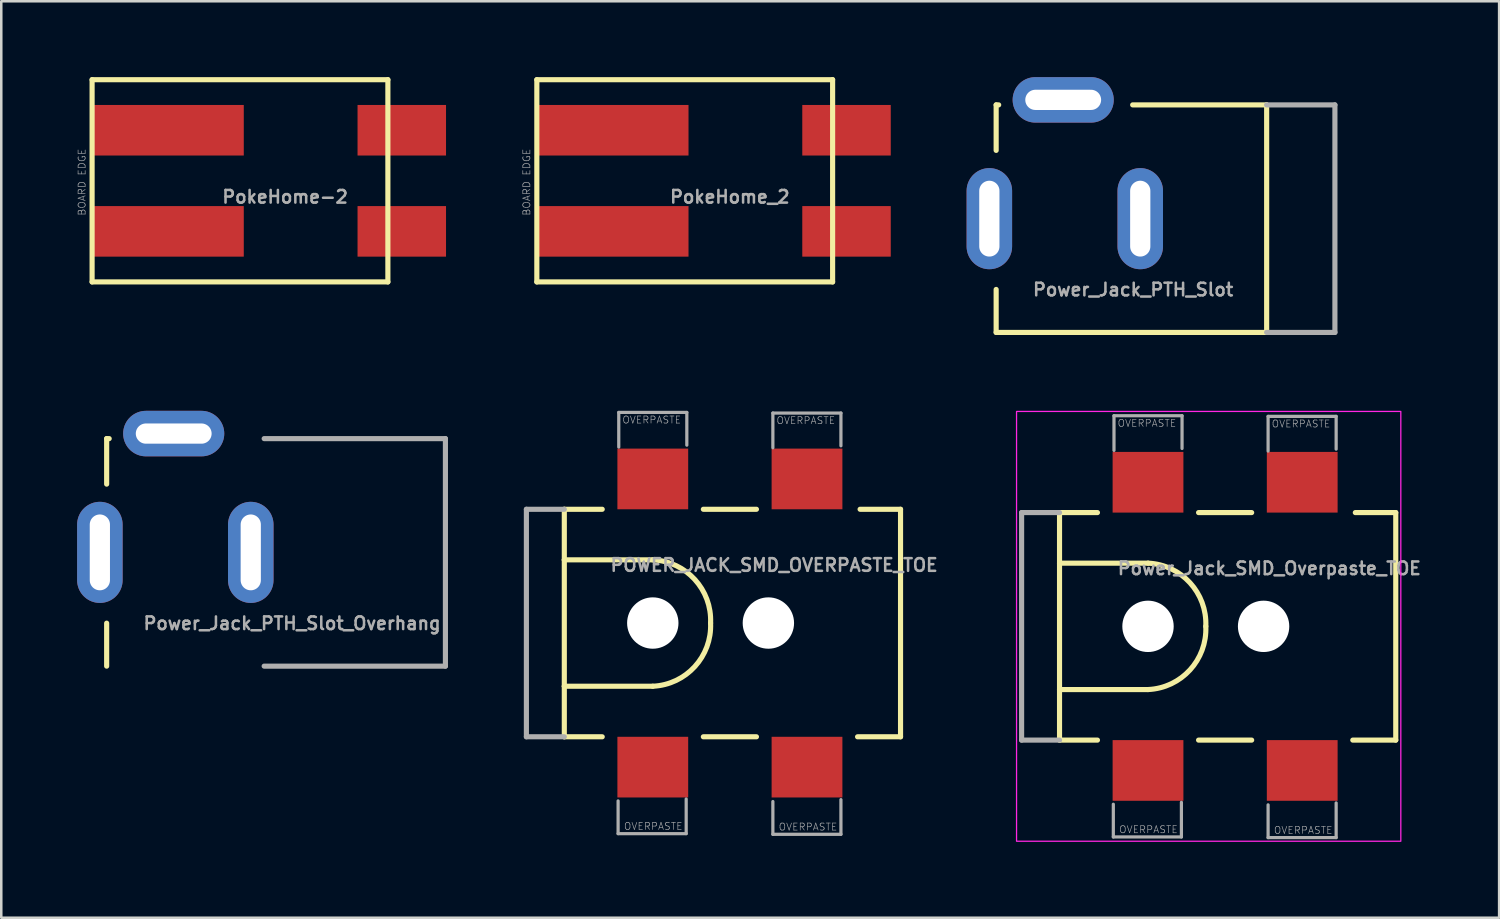
<source format=kicad_pcb>
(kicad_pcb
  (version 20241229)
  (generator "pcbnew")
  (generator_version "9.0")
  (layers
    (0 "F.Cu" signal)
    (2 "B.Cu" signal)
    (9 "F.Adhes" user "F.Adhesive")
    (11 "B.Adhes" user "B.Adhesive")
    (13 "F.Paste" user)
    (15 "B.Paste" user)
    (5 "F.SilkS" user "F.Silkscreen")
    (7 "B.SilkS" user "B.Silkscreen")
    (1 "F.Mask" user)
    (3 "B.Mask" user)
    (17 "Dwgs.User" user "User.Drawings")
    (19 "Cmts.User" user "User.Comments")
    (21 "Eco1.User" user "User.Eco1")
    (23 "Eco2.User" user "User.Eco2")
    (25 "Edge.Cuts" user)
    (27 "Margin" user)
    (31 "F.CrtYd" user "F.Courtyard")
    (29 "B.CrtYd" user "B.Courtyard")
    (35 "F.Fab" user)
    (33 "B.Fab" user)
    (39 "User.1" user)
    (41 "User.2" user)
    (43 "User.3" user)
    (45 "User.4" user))
  (footprint "POWER_JACK_SMD_OVERPASTE_TOE"
    (layer "F.Cu")
    (at 22.772 21.595)
    (property "Reference" "POWER_JACK_SMD_OVERPASTE_TOE" (at 4.8 -2 0) (layer "F.Fab") (effects (font (size 0.5 0.5) (thickness 0.1)) (justify bottom)))
    (fp_line (start -3.5 -4.5) (end -3.5 -2.5) (stroke (width 0.203) (type solid)) (layer "F.SilkS"))
    (fp_line (start -3.5 -4.5) (end -2 -4.5) (stroke (width 0.203) (type solid)) (layer "F.SilkS"))
    (fp_line (start -3.5 -2.5) (end -3.5 2.5) (stroke (width 0.203) (type solid)) (layer "F.SilkS"))
    (fp_line (start -3.5 -2.5) (end 0 -2.5) (stroke (width 0.203) (type solid)) (layer "F.SilkS"))
    (fp_line (start -3.5 2.5) (end -3.5 4.5) (stroke (width 0.203) (type solid)) (layer "F.SilkS"))
    (fp_line (start -2 4.5) (end -3.5 4.5) (stroke (width 0.203) (type solid)) (layer "F.SilkS"))
    (fp_line (start 0 2.5) (end -3.5 2.5) (stroke (width 0.203) (type solid)) (layer "F.SilkS"))
    (fp_line (start 2 -4.5) (end 4.1 -4.5) (stroke (width 0.203) (type solid)) (layer "F.SilkS"))
    (fp_line (start 4.1 4.5) (end 2 4.5) (stroke (width 0.203) (type solid)) (layer "F.SilkS"))
    (fp_line (start 8.2 -4.5) (end 9.8 -4.5) (stroke (width 0.203) (type solid)) (layer "F.SilkS"))
    (fp_line (start 9.8 -4.5) (end 9.8 4.5) (stroke (width 0.203) (type solid)) (layer "F.SilkS"))
    (fp_line (start 9.8 4.5) (end 8.1 4.5) (stroke (width 0.203) (type solid)) (layer "F.SilkS"))
    (fp_arc (start 0 -2.5) (mid 1.660767 -1.723446) (end 2.286 0) (stroke (width 0.2032) (type solid)) (layer "F.SilkS"))
    (fp_arc (start 2.286 0) (mid 1.660767 1.723446) (end 0 2.5) (stroke (width 0.2032) (type solid)) (layer "F.SilkS"))
    (fp_poly (pts (xy -1.4 8.382) (xy 1.4 8.382) (xy 1.4 6.896) (xy -1.4 6.896)) (stroke (width 0) (type default)) (fill yes) (layer "F.Paste"))
    (fp_poly (pts (xy 1.4 -8.382) (xy -1.4 -8.382) (xy -1.4 -6.896) (xy 1.4 -6.896)) (stroke (width 0) (type default)) (fill yes) (layer "F.Paste"))
    (fp_poly (pts (xy 4.702 8.385) (xy 7.501 8.385) (xy 7.501 6.899) (xy 4.702 6.899)) (stroke (width 0) (type default)) (fill yes) (layer "F.Paste"))
    (fp_poly (pts (xy 7.501 -8.382) (xy 4.702 -8.382) (xy 4.702 -6.896) (xy 7.501 -6.896)) (stroke (width 0) (type default)) (fill yes) (layer "F.Paste"))
    (fp_line (start -5 -4.5) (end -5 4.5) (stroke (width 0.203) (type solid)) (layer "F.Fab"))
    (fp_line (start -5 -4.5) (end -3.5 -4.5) (stroke (width 0.203) (type solid)) (layer "F.Fab"))
    (fp_line (start -3.5 4.5) (end -5 4.5) (stroke (width 0.203) (type solid)) (layer "F.Fab"))
    (fp_line (start -1.372 7.036) (end -1.372 8.331) (stroke (width 0.127) (type solid)) (layer "F.Fab"))
    (fp_line (start -1.372 8.331) (end 1.321 8.331) (stroke (width 0.127) (type solid)) (layer "F.Fab"))
    (fp_line (start -1.346 -8.331) (end -1.346 -6.96) (stroke (width 0.127) (type solid)) (layer "F.Fab"))
    (fp_line (start 1.321 8.331) (end 1.321 6.96) (stroke (width 0.127) (type solid)) (layer "F.Fab"))
    (fp_line (start 1.346 -8.331) (end -1.346 -8.331) (stroke (width 0.127) (type solid)) (layer "F.Fab"))
    (fp_line (start 1.346 -7.036) (end 1.346 -8.331) (stroke (width 0.127) (type solid)) (layer "F.Fab"))
    (fp_line (start 4.75 -8.306) (end 4.75 -6.934) (stroke (width 0.127) (type solid)) (layer "F.Fab"))
    (fp_line (start 4.75 7.061) (end 4.75 8.357) (stroke (width 0.127) (type solid)) (layer "F.Fab"))
    (fp_line (start 4.75 8.357) (end 7.442 8.357) (stroke (width 0.127) (type solid)) (layer "F.Fab"))
    (fp_line (start 7.442 -8.306) (end 4.75 -8.306) (stroke (width 0.127) (type solid)) (layer "F.Fab"))
    (fp_line (start 7.442 -7.01) (end 7.442 -8.306) (stroke (width 0.127) (type solid)) (layer "F.Fab"))
    (fp_line (start 7.442 8.357) (end 7.442 6.985) (stroke (width 0.127) (type solid)) (layer "F.Fab"))
    (fp_text user "OVERPASTE" (at -1.219 -7.874 0) (layer "F.Fab") (effects (font (size 0.28 0.28) (thickness 0.024)) (justify left bottom)))
    (fp_text user "OVERPASTE" (at 1.194 7.874 0) (layer "F.Fab") (effects (font (size 0.28 0.28) (thickness 0.024)) (justify right top)))
    (fp_text user "OVERPASTE" (at 4.877 -7.849 0) (layer "F.Fab") (effects (font (size 0.28 0.28) (thickness 0.024)) (justify left bottom)))
    (fp_text user "OVERPASTE" (at 7.315 7.899 0) (layer "F.Fab") (effects (font (size 0.28 0.28) (thickness 0.024)) (justify right top)))
    (pad "" np_thru_hole circle (at 0 0) (size 2.032 2.032) (drill 2.032) (layers "*.Cu" "*.Mask"))
    (pad "" np_thru_hole circle (at 4.572 0) (size 2.032 2.032) (drill 2.032) (layers "*.Cu" "*.Mask"))
    (pad "GND" smd rect (at 0 5.7) (size 2.8 2.4) (layers "F.Cu" "F.Mask" "F.Paste"))
    (pad "P$4" smd rect (at 6.1 5.7) (size 2.8 2.4) (layers "F.Cu" "F.Mask" "F.Paste"))
    (pad "VIN0" smd rect (at 0 -5.7) (size 2.8 2.4) (layers "F.Cu" "F.Mask" "F.Paste"))
    (pad "VIN1" smd rect (at 6.1 -5.7) (size 2.8 2.4) (layers "F.Cu" "F.Mask" "F.Paste")))
  (footprint "PokeHome-2"
    (layer "F.Cu")
    (at 7.593 4.102)
    (property "Reference" "PokeHome-2" (at 0.635 0.635 0) (layer "F.Fab") (effects (font (size 0.5 0.5) (thickness 0.1))))
    (attr smd)
    (fp_line (start -7 -4) (end 4.7 -4) (stroke (width 0.203) (type solid)) (layer "F.SilkS"))
    (fp_line (start -7 4) (end -7 -4) (stroke (width 0.203) (type solid)) (layer "F.SilkS"))
    (fp_line (start 4.7 -4) (end 4.7 4) (stroke (width 0.203) (type solid)) (layer "F.SilkS"))
    (fp_line (start 4.7 4) (end -7 4) (stroke (width 0.203) (type solid)) (layer "F.SilkS"))
    (fp_text user "BOARD EDGE" (at -7.239 1.397 90) (layer "F.Fab") (effects (font (size 0.28 0.28) (thickness 0.024)) (justify left bottom)))
    (pad "P1" smd rect (at 5.25 -2) (size 3.5 2) (layers "F.Cu" "F.Mask" "F.Paste"))
    (pad "P2" smd rect (at 5.25 2) (size 3.5 2) (layers "F.Cu" "F.Mask" "F.Paste"))
    (pad "P3" smd rect (at -4 -2) (size 6 2) (layers "F.Cu" "F.Mask" "F.Paste"))
    (pad "P4" smd rect (at -4 2) (size 6 2) (layers "F.Cu" "F.Mask" "F.Paste")))
  (footprint "PokeHome_2"
    (layer "F.Cu")
    (at 25.185 4.102)
    (property "Reference" "PokeHome_2" (at 0.635 0.635 0) (layer "F.Fab") (effects (font (size 0.5 0.5) (thickness 0.1))))
    (fp_line (start -7 -4) (end 4.7 -4) (stroke (width 0.203) (type solid)) (layer "F.SilkS"))
    (fp_line (start -7 4) (end -7 -4) (stroke (width 0.203) (type solid)) (layer "F.SilkS"))
    (fp_line (start 4.7 -4) (end 4.7 4) (stroke (width 0.203) (type solid)) (layer "F.SilkS"))
    (fp_line (start 4.7 4) (end -7 4) (stroke (width 0.203) (type solid)) (layer "F.SilkS"))
    (fp_text user "BOARD EDGE" (at -7.239 1.397 90) (layer "F.Fab") (effects (font (size 0.28 0.28) (thickness 0.024)) (justify left bottom)))
    (pad "P1" smd rect (at 5.25 -2) (size 3.5 2) (layers "F.Cu" "F.Mask" "F.Paste"))
    (pad "P2" smd rect (at 5.25 2) (size 3.5 2) (layers "F.Cu" "F.Mask" "F.Paste"))
    (pad "P3" smd rect (at -4 -2) (size 6 2) (layers "F.Cu" "F.Mask" "F.Paste"))
    (pad "P4" smd rect (at -4 2) (size 6 2) (layers "F.Cu" "F.Mask" "F.Paste")))
  (footprint "Power_Jack_SMD_Overpaste_TOE"
    (layer "F.Cu")
    (at 42.361 21.726)
    (property "Reference" "Power_Jack_SMD_Overpaste_TOE" (at 4.8 -2 0) (layer "F.Fab") (effects (font (size 0.5 0.5) (thickness 0.1)) (justify bottom)))
    (attr smd)
    (fp_line (start -3.5 -4.5) (end -3.5 -2.5) (stroke (width 0.203) (type solid)) (layer "F.SilkS"))
    (fp_line (start -3.5 -4.5) (end -2 -4.5) (stroke (width 0.203) (type solid)) (layer "F.SilkS"))
    (fp_line (start -3.5 -2.5) (end -3.5 2.5) (stroke (width 0.203) (type solid)) (layer "F.SilkS"))
    (fp_line (start -3.5 -2.5) (end 0 -2.5) (stroke (width 0.203) (type solid)) (layer "F.SilkS"))
    (fp_line (start -3.5 2.5) (end -3.5 4.5) (stroke (width 0.203) (type solid)) (layer "F.SilkS"))
    (fp_line (start -2 4.5) (end -3.5 4.5) (stroke (width 0.203) (type solid)) (layer "F.SilkS"))
    (fp_line (start 0 2.5) (end -3.5 2.5) (stroke (width 0.203) (type solid)) (layer "F.SilkS"))
    (fp_line (start 2 -4.5) (end 4.1 -4.5) (stroke (width 0.203) (type solid)) (layer "F.SilkS"))
    (fp_line (start 4.1 4.5) (end 2 4.5) (stroke (width 0.203) (type solid)) (layer "F.SilkS"))
    (fp_line (start 8.2 -4.5) (end 9.8 -4.5) (stroke (width 0.203) (type solid)) (layer "F.SilkS"))
    (fp_line (start 9.8 -4.5) (end 9.8 4.5) (stroke (width 0.203) (type solid)) (layer "F.SilkS"))
    (fp_line (start 9.8 4.5) (end 8.1 4.5) (stroke (width 0.203) (type solid)) (layer "F.SilkS"))
    (fp_arc (start 0 -2.5) (mid 1.660767 -1.723446) (end 2.286 0) (stroke (width 0.2032) (type solid)) (layer "F.SilkS"))
    (fp_arc (start 2.286 0) (mid 1.660767 1.723446) (end 0 2.5) (stroke (width 0.2032) (type solid)) (layer "F.SilkS"))
    (fp_poly (pts (xy -1.4 8.382) (xy 1.4 8.382) (xy 1.4 6.896) (xy -1.4 6.896)) (stroke (width 0) (type default)) (fill yes) (layer "F.Paste"))
    (fp_poly (pts (xy 1.4 -8.382) (xy -1.4 -8.382) (xy -1.4 -6.896) (xy 1.4 -6.896)) (stroke (width 0) (type default)) (fill yes) (layer "F.Paste"))
    (fp_poly (pts (xy 4.702 8.385) (xy 7.501 8.385) (xy 7.501 6.899) (xy 4.702 6.899)) (stroke (width 0) (type default)) (fill yes) (layer "F.Paste"))
    (fp_poly (pts (xy 7.501 -8.382) (xy 4.702 -8.382) (xy 4.702 -6.896) (xy 7.501 -6.896)) (stroke (width 0) (type default)) (fill yes) (layer "F.Paste"))
    (fp_rect (start -5.2 -8.5) (end 10 8.5) (stroke (width 0.05) (type default)) (fill no) (layer "F.CrtYd"))
    (fp_line (start -5 -4.5) (end -5 4.5) (stroke (width 0.203) (type solid)) (layer "F.Fab"))
    (fp_line (start -5 -4.5) (end -3.5 -4.5) (stroke (width 0.203) (type solid)) (layer "F.Fab"))
    (fp_line (start -3.5 4.5) (end -5 4.5) (stroke (width 0.203) (type solid)) (layer "F.Fab"))
    (fp_line (start -1.372 7.036) (end -1.372 8.331) (stroke (width 0.127) (type solid)) (layer "F.Fab"))
    (fp_line (start -1.372 8.331) (end 1.321 8.331) (stroke (width 0.127) (type solid)) (layer "F.Fab"))
    (fp_line (start -1.346 -8.331) (end -1.346 -6.96) (stroke (width 0.127) (type solid)) (layer "F.Fab"))
    (fp_line (start 1.321 8.331) (end 1.321 6.96) (stroke (width 0.127) (type solid)) (layer "F.Fab"))
    (fp_line (start 1.346 -8.331) (end -1.346 -8.331) (stroke (width 0.127) (type solid)) (layer "F.Fab"))
    (fp_line (start 1.346 -7.036) (end 1.346 -8.331) (stroke (width 0.127) (type solid)) (layer "F.Fab"))
    (fp_line (start 4.75 -8.306) (end 4.75 -6.934) (stroke (width 0.127) (type solid)) (layer "F.Fab"))
    (fp_line (start 4.75 7.061) (end 4.75 8.357) (stroke (width 0.127) (type solid)) (layer "F.Fab"))
    (fp_line (start 4.75 8.357) (end 7.442 8.357) (stroke (width 0.127) (type solid)) (layer "F.Fab"))
    (fp_line (start 7.442 -8.306) (end 4.75 -8.306) (stroke (width 0.127) (type solid)) (layer "F.Fab"))
    (fp_line (start 7.442 -7.01) (end 7.442 -8.306) (stroke (width 0.127) (type solid)) (layer "F.Fab"))
    (fp_line (start 7.442 8.357) (end 7.442 6.985) (stroke (width 0.127) (type solid)) (layer "F.Fab"))
    (fp_text user "OVERPASTE" (at -1.219 -7.874 0) (layer "F.Fab") (effects (font (size 0.28 0.28) (thickness 0.024)) (justify left bottom)))
    (fp_text user "OVERPASTE" (at 1.194 7.874 0) (layer "F.Fab") (effects (font (size 0.28 0.28) (thickness 0.024)) (justify right top)))
    (fp_text user "OVERPASTE" (at 4.877 -7.849 0) (layer "F.Fab") (effects (font (size 0.28 0.28) (thickness 0.024)) (justify left bottom)))
    (fp_text user "OVERPASTE" (at 7.315 7.899 0) (layer "F.Fab") (effects (font (size 0.28 0.28) (thickness 0.024)) (justify right top)))
    (pad "" np_thru_hole circle (at 0 0) (size 2.032 2.032) (drill 2.032) (layers "*.Cu" "*.Mask"))
    (pad "" np_thru_hole circle (at 4.572 0) (size 2.032 2.032) (drill 2.032) (layers "*.Cu" "*.Mask"))
    (pad "GND" smd rect (at 0 5.7) (size 2.8 2.4) (layers "F.Cu" "F.Mask" "F.Paste"))
    (pad "GNDBREAK" smd rect (at 6.1 5.7) (size 2.8 2.4) (layers "F.Cu" "F.Mask" "F.Paste"))
    (pad "PWR" smd rect (at 0 -5.7) (size 2.8 2.4) (layers "F.Cu" "F.Mask" "F.Paste"))
    (pad "PWR" smd rect (at 6.1 -5.7) (size 2.8 2.4) (layers "F.Cu" "F.Mask" "F.Paste")))
  (footprint "Power_Jack_PTH_Slot"
    (layer "F.Cu")
    (at 42.054 5.599)
    (property "Reference" "Power_Jack_PTH_Slot" (at -4.3 3.1 0) (layer "F.Fab") (effects (font (size 0.5 0.5) (thickness 0.1)) (justify left bottom)))
    (fp_line (start -5.7 -4.5) (end -5.7 -2.7) (stroke (width 0.203) (type solid)) (layer "F.SilkS"))
    (fp_line (start -5.7 -4.5) (end -5.6 -4.5) (stroke (width 0.203) (type solid)) (layer "F.SilkS"))
    (fp_line (start -5.7 4.5) (end -5.7 2.8) (stroke (width 0.203) (type solid)) (layer "F.SilkS"))
    (fp_line (start 5 -4.5) (end -0.3 -4.5) (stroke (width 0.203) (type solid)) (layer "F.SilkS"))
    (fp_line (start 5 4.5) (end -5.7 4.5) (stroke (width 0.203) (type solid)) (layer "F.SilkS"))
    (fp_line (start 5 4.5) (end 5 -4.5) (stroke (width 0.203) (type solid)) (layer "F.SilkS"))
    (fp_line (start 5 4.5) (end 7.7 4.5) (stroke (width 0.203) (type solid)) (layer "F.Fab"))
    (fp_line (start 7.7 -4.5) (end 5 -4.5) (stroke (width 0.203) (type solid)) (layer "F.Fab"))
    (fp_line (start 7.7 -4.5) (end 7.7 4.5) (stroke (width 0.203) (type solid)) (layer "F.Fab"))
    (pad "GND" thru_hole oval (at 0 0 90) (size 4 1.8) (drill oval 3 0.8) (layers "*.Cu" "*.Mask"))
    (pad "GNDBREAK" thru_hole oval (at -3.048 -4.699) (size 4 1.8) (drill oval 3 0.8) (layers "*.Cu" "*.Mask"))
    (pad "PWR" thru_hole oval (at -5.969 0 90) (size 4 1.8) (drill oval 3 0.8) (layers "*.Cu" "*.Mask")))
  (footprint "Power_Jack_PTH_Slot_Overhang"
    (layer "F.Cu")
    (at 6.869 18.8)
    (property "Reference" "Power_Jack_PTH_Slot_Overhang" (at -4.3 3.1 0) (layer "F.Fab") (effects (font (size 0.5 0.5) (thickness 0.1)) (justify left bottom)))
    (fp_line (start -5.7 -4.5) (end -5.7 -2.7) (stroke (width 0.203) (type solid)) (layer "F.SilkS"))
    (fp_line (start -5.7 -4.5) (end -5.6 -4.5) (stroke (width 0.203) (type solid)) (layer "F.SilkS"))
    (fp_line (start -5.7 4.5) (end -5.7 2.8) (stroke (width 0.203) (type solid)) (layer "F.SilkS"))
    (fp_line (start 0.53 4.5) (end 7.7 4.5) (stroke (width 0.203) (type solid)) (layer "F.Fab"))
    (fp_line (start 7.7 -4.5) (end 0.53 -4.5) (stroke (width 0.203) (type solid)) (layer "F.Fab"))
    (fp_line (start 7.7 -4.5) (end 7.7 4.5) (stroke (width 0.203) (type solid)) (layer "F.Fab"))
    (pad "GND" thru_hole oval (at 0 0 90) (size 4 1.8) (drill oval 3 0.8) (layers "*.Cu" "*.Mask"))
    (pad "GNDBREAK" thru_hole oval (at -3.048 -4.699) (size 4 1.8) (drill oval 3 0.8) (layers "*.Cu" "*.Mask"))
    (pad "PWR" thru_hole oval (at -5.969 0 90) (size 4 1.8) (drill oval 3 0.8) (layers "*.Cu" "*.Mask")))
  (gr_rect
    (start -3 -3)
    (end 56.25 33.251)
    (stroke (width 0.1) (type default))
    (fill no)
    (layer "Edge.Cuts")))
</source>
